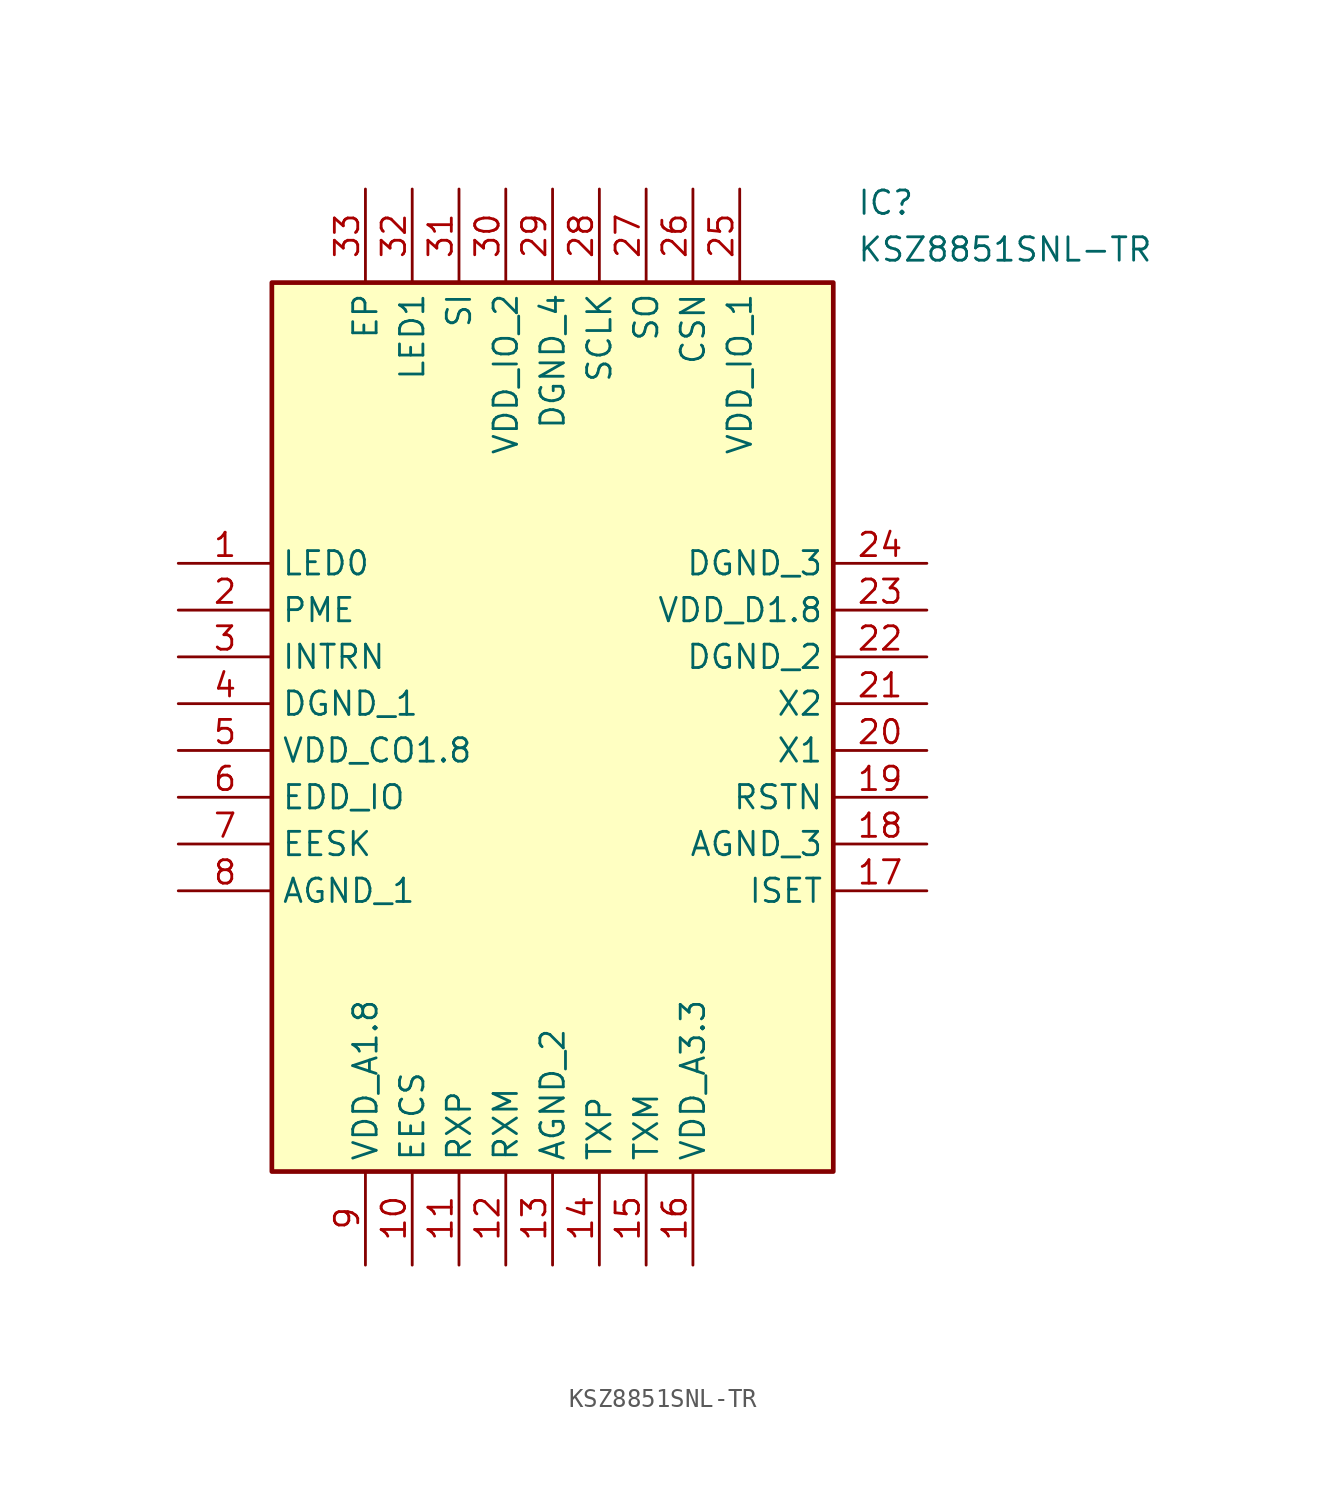
<source format=kicad_sym>
(kicad_symbol_lib
  (version 20211014)
  (generator SamacSys_ECAD_Model)
  (symbol "KSZ8851SNL-TR"
    (property "Reference" "IC"
      (at 36.83 20.32 0)
      (effects (font (size 1.27 1.27)) (justify left top)))
    (property "Value" "KSZ8851SNL-TR"
      (at 36.83 17.78 0)
      (effects (font (size 1.27 1.27)) (justify left top)))
    (rectangle
      (start 5.08 15.24)
      (end 35.56 -33.02)
      (stroke (width 0.254) (type default))
      (fill (type background)))
    (pin passive line
      (at 0 0 0)
      (length 5.08)
      (name "LED0" (effects (font (size 1.27 1.27))))
      (number "1" (effects (font (size 1.27 1.27)))))
    (pin passive line
      (at 0 -2.54 0)
      (length 5.08)
      (name "PME" (effects (font (size 1.27 1.27))))
      (number "2" (effects (font (size 1.27 1.27)))))
    (pin passive line
      (at 0 -5.08 0)
      (length 5.08)
      (name "INTRN" (effects (font (size 1.27 1.27))))
      (number "3" (effects (font (size 1.27 1.27)))))
    (pin passive line
      (at 0 -7.62 0)
      (length 5.08)
      (name "DGND_1" (effects (font (size 1.27 1.27))))
      (number "4" (effects (font (size 1.27 1.27)))))
    (pin passive line
      (at 0 -10.16 0)
      (length 5.08)
      (name "VDD_CO1.8" (effects (font (size 1.27 1.27))))
      (number "5" (effects (font (size 1.27 1.27)))))
    (pin passive line
      (at 0 -12.7 0)
      (length 5.08)
      (name "EDD_IO" (effects (font (size 1.27 1.27))))
      (number "6" (effects (font (size 1.27 1.27)))))
    (pin passive line
      (at 0 -15.24 0)
      (length 5.08)
      (name "EESK" (effects (font (size 1.27 1.27))))
      (number "7" (effects (font (size 1.27 1.27)))))
    (pin passive line
      (at 0 -17.78 0)
      (length 5.08)
      (name "AGND_1" (effects (font (size 1.27 1.27))))
      (number "8" (effects (font (size 1.27 1.27)))))
    (pin passive line
      (at 10.16 -38.1 90)
      (length 5.08)
      (name "VDD_A1.8" (effects (font (size 1.27 1.27))))
      (number "9" (effects (font (size 1.27 1.27)))))
    (pin passive line
      (at 12.7 -38.1 90)
      (length 5.08)
      (name "EECS" (effects (font (size 1.27 1.27))))
      (number "10" (effects (font (size 1.27 1.27)))))
    (pin passive line
      (at 15.24 -38.1 90)
      (length 5.08)
      (name "RXP" (effects (font (size 1.27 1.27))))
      (number "11" (effects (font (size 1.27 1.27)))))
    (pin passive line
      (at 17.78 -38.1 90)
      (length 5.08)
      (name "RXM" (effects (font (size 1.27 1.27))))
      (number "12" (effects (font (size 1.27 1.27)))))
    (pin passive line
      (at 20.32 -38.1 90)
      (length 5.08)
      (name "AGND_2" (effects (font (size 1.27 1.27))))
      (number "13" (effects (font (size 1.27 1.27)))))
    (pin passive line
      (at 22.86 -38.1 90)
      (length 5.08)
      (name "TXP" (effects (font (size 1.27 1.27))))
      (number "14" (effects (font (size 1.27 1.27)))))
    (pin passive line
      (at 25.4 -38.1 90)
      (length 5.08)
      (name "TXM" (effects (font (size 1.27 1.27))))
      (number "15" (effects (font (size 1.27 1.27)))))
    (pin passive line
      (at 27.94 -38.1 90)
      (length 5.08)
      (name "VDD_A3.3" (effects (font (size 1.27 1.27))))
      (number "16" (effects (font (size 1.27 1.27)))))
    (pin passive line
      (at 40.64 0 180)
      (length 5.08)
      (name "DGND_3" (effects (font (size 1.27 1.27))))
      (number "24" (effects (font (size 1.27 1.27)))))
    (pin passive line
      (at 40.64 -2.54 180)
      (length 5.08)
      (name "VDD_D1.8" (effects (font (size 1.27 1.27))))
      (number "23" (effects (font (size 1.27 1.27)))))
    (pin passive line
      (at 40.64 -5.08 180)
      (length 5.08)
      (name "DGND_2" (effects (font (size 1.27 1.27))))
      (number "22" (effects (font (size 1.27 1.27)))))
    (pin passive line
      (at 40.64 -7.62 180)
      (length 5.08)
      (name "X2" (effects (font (size 1.27 1.27))))
      (number "21" (effects (font (size 1.27 1.27)))))
    (pin passive line
      (at 40.64 -10.16 180)
      (length 5.08)
      (name "X1" (effects (font (size 1.27 1.27))))
      (number "20" (effects (font (size 1.27 1.27)))))
    (pin passive line
      (at 40.64 -12.7 180)
      (length 5.08)
      (name "RSTN" (effects (font (size 1.27 1.27))))
      (number "19" (effects (font (size 1.27 1.27)))))
    (pin passive line
      (at 40.64 -15.24 180)
      (length 5.08)
      (name "AGND_3" (effects (font (size 1.27 1.27))))
      (number "18" (effects (font (size 1.27 1.27)))))
    (pin passive line
      (at 40.64 -17.78 180)
      (length 5.08)
      (name "ISET" (effects (font (size 1.27 1.27))))
      (number "17" (effects (font (size 1.27 1.27)))))
    (pin passive line
      (at 10.16 20.32 270)
      (length 5.08)
      (name "EP" (effects (font (size 1.27 1.27))))
      (number "33" (effects (font (size 1.27 1.27)))))
    (pin passive line
      (at 12.7 20.32 270)
      (length 5.08)
      (name "LED1" (effects (font (size 1.27 1.27))))
      (number "32" (effects (font (size 1.27 1.27)))))
    (pin passive line
      (at 15.24 20.32 270)
      (length 5.08)
      (name "SI" (effects (font (size 1.27 1.27))))
      (number "31" (effects (font (size 1.27 1.27)))))
    (pin passive line
      (at 17.78 20.32 270)
      (length 5.08)
      (name "VDD_IO_2" (effects (font (size 1.27 1.27))))
      (number "30" (effects (font (size 1.27 1.27)))))
    (pin passive line
      (at 20.32 20.32 270)
      (length 5.08)
      (name "DGND_4" (effects (font (size 1.27 1.27))))
      (number "29" (effects (font (size 1.27 1.27)))))
    (pin passive line
      (at 22.86 20.32 270)
      (length 5.08)
      (name "SCLK" (effects (font (size 1.27 1.27))))
      (number "28" (effects (font (size 1.27 1.27)))))
    (pin passive line
      (at 25.4 20.32 270)
      (length 5.08)
      (name "SO" (effects (font (size 1.27 1.27))))
      (number "27" (effects (font (size 1.27 1.27)))))
    (pin passive line
      (at 27.94 20.32 270)
      (length 5.08)
      (name "CSN" (effects (font (size 1.27 1.27))))
      (number "26" (effects (font (size 1.27 1.27)))))
    (pin passive line
      (at 30.48 20.32 270)
      (length 5.08)
      (name "VDD_IO_1" (effects (font (size 1.27 1.27))))
      (number "25" (effects (font (size 1.27 1.27)))))))
</source>
